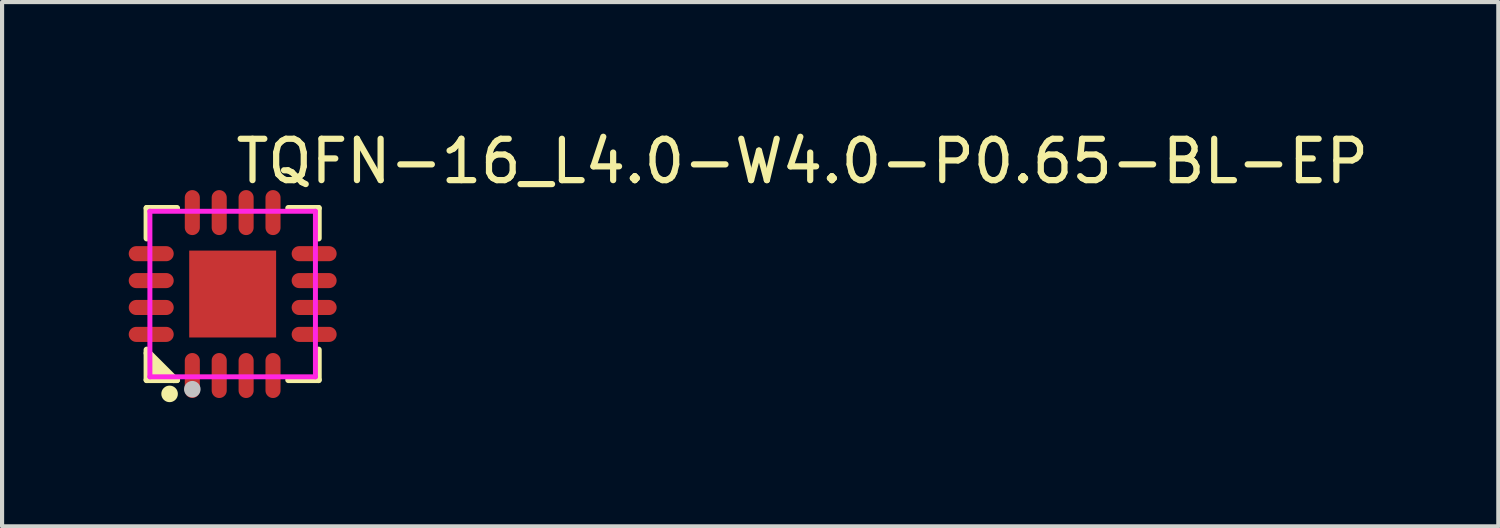
<source format=kicad_pcb>
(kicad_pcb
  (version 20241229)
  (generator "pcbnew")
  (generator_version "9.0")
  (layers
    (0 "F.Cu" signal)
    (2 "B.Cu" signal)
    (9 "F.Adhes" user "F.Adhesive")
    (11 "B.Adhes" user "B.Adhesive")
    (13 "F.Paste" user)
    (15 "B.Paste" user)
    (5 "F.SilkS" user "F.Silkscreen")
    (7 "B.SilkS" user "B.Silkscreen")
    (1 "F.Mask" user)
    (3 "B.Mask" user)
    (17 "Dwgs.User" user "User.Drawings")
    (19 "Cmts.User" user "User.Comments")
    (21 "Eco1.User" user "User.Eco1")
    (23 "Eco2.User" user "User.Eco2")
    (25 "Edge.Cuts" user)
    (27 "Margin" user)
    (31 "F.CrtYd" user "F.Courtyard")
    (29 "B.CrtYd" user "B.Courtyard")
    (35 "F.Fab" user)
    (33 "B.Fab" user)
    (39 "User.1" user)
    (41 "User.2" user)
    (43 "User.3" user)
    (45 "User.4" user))
  (footprint "TQFN-16_L4.0-W4.0-P0.65-BL-EP"
    (layer "F.Cu")
    (at 2.572 4.055)
    (property "Reference" "TQFN-16_L4.0-W4.0-P0.65-BL-EP" (at 0 -3.207 0) (layer "F.SilkS") (effects (font (size 1 1) (thickness 0.15)) (justify left)))
    (attr through_hole)
    (fp_line (start -2.076 -2.076) (end -1.347 -2.076) (stroke (width 0.152) (type solid)) (layer "F.SilkS"))
    (fp_line (start -2.076 -1.347) (end -2.076 -2.076) (stroke (width 0.152) (type solid)) (layer "F.SilkS"))
    (fp_line (start -2.076 1.347) (end -2.076 2.076) (stroke (width 0.152) (type solid)) (layer "F.SilkS"))
    (fp_line (start -2.076 2.076) (end -1.347 2.076) (stroke (width 0.152) (type solid)) (layer "F.SilkS"))
    (fp_line (start -1.429 2.076) (end -2.076 1.429) (stroke (width 0.152) (type solid)) (layer "F.SilkS"))
    (fp_line (start -1.347 2.076) (end -1.429 2.076) (stroke (width 0.152) (type solid)) (layer "F.SilkS"))
    (fp_line (start 2.076 -2.076) (end 1.347 -2.076) (stroke (width 0.152) (type solid)) (layer "F.SilkS"))
    (fp_line (start 2.076 -1.347) (end 2.076 -2.076) (stroke (width 0.152) (type solid)) (layer "F.SilkS"))
    (fp_line (start 2.076 1.347) (end 2.076 2.076) (stroke (width 0.152) (type solid)) (layer "F.SilkS"))
    (fp_line (start 2.076 2.076) (end 1.347 2.076) (stroke (width 0.152) (type solid)) (layer "F.SilkS"))
    (fp_circle (center -1.524 2.413) (end -1.424 2.413) (stroke (width 0.2) (type solid)) (fill no) (layer "F.SilkS"))
    (fp_poly (pts (xy -1.347 2.076) (xy -2.076 1.347) (xy -2.076 2.076)) (stroke (width 0.12) (type solid)) (fill yes) (layer "F.SilkS"))
    (fp_poly (pts (xy -0.84 0.84) (xy -0.84 -0.84) (xy 0.84 -0.84) (xy 0.84 0.84)) (stroke (width 0.12) (type solid)) (fill yes) (layer "F.Paste"))
    (fp_poly (pts (xy -2.33 -0.793) (xy -2.366 -0.797) (xy -2.4 -0.807) (xy -2.431 -0.824) (xy -2.459 -0.846) (xy -2.481 -0.874) (xy -2.498 -0.905) (xy -2.509 -0.94) (xy -2.512 -0.975) (xy -2.509 -1.011) (xy -2.498 -1.045) (xy -2.481 -1.076) (xy -2.459 -1.104) (xy -2.431 -1.126) (xy -2.4 -1.143) (xy -2.366 -1.154) (xy -2.33 -1.157) (xy -1.607 -1.157) (xy -1.571 -1.154) (xy -1.537 -1.143) (xy -1.506 -1.126) (xy -1.478 -1.104) (xy -1.456 -1.076) (xy -1.439 -1.045) (xy -1.428 -1.011) (xy -1.425 -0.975) (xy -1.428 -0.94) (xy -1.439 -0.905) (xy -1.456 -0.874) (xy -1.478 -0.846) (xy -1.506 -0.824) (xy -1.537 -0.807) (xy -1.571 -0.797) (xy -1.607 -0.793)) (stroke (width 0.12) (type solid)) (fill yes) (layer "F.Paste"))
    (fp_poly (pts (xy -2.33 -0.143) (xy -2.366 -0.146) (xy -2.4 -0.157) (xy -2.431 -0.174) (xy -2.459 -0.196) (xy -2.481 -0.224) (xy -2.498 -0.255) (xy -2.509 -0.289) (xy -2.512 -0.325) (xy -2.509 -0.36) (xy -2.498 -0.395) (xy -2.481 -0.426) (xy -2.459 -0.454) (xy -2.431 -0.476) (xy -2.4 -0.493) (xy -2.366 -0.503) (xy -2.33 -0.507) (xy -1.607 -0.507) (xy -1.571 -0.503) (xy -1.537 -0.493) (xy -1.506 -0.476) (xy -1.478 -0.454) (xy -1.456 -0.426) (xy -1.439 -0.395) (xy -1.428 -0.36) (xy -1.425 -0.325) (xy -1.428 -0.289) (xy -1.439 -0.255) (xy -1.456 -0.224) (xy -1.478 -0.196) (xy -1.506 -0.174) (xy -1.537 -0.157) (xy -1.571 -0.146) (xy -1.607 -0.143)) (stroke (width 0.12) (type solid)) (fill yes) (layer "F.Paste"))
    (fp_poly (pts (xy -2.33 0.507) (xy -2.366 0.504) (xy -2.4 0.493) (xy -2.431 0.476) (xy -2.459 0.454) (xy -2.481 0.426) (xy -2.498 0.395) (xy -2.509 0.361) (xy -2.512 0.325) (xy -2.509 0.29) (xy -2.498 0.255) (xy -2.481 0.224) (xy -2.459 0.196) (xy -2.431 0.174) (xy -2.4 0.157) (xy -2.366 0.147) (xy -2.33 0.143) (xy -1.607 0.143) (xy -1.571 0.147) (xy -1.537 0.157) (xy -1.506 0.174) (xy -1.478 0.196) (xy -1.456 0.224) (xy -1.439 0.255) (xy -1.428 0.29) (xy -1.425 0.325) (xy -1.428 0.361) (xy -1.439 0.395) (xy -1.456 0.426) (xy -1.478 0.454) (xy -1.506 0.476) (xy -1.537 0.493) (xy -1.571 0.504) (xy -1.607 0.507)) (stroke (width 0.12) (type solid)) (fill yes) (layer "F.Paste"))
    (fp_poly (pts (xy -2.33 1.157) (xy -2.366 1.154) (xy -2.4 1.143) (xy -2.431 1.126) (xy -2.459 1.104) (xy -2.481 1.076) (xy -2.498 1.045) (xy -2.509 1.011) (xy -2.512 0.975) (xy -2.509 0.94) (xy -2.498 0.905) (xy -2.481 0.874) (xy -2.459 0.846) (xy -2.431 0.824) (xy -2.4 0.807) (xy -2.366 0.797) (xy -2.33 0.793) (xy -1.607 0.793) (xy -1.571 0.797) (xy -1.537 0.807) (xy -1.506 0.824) (xy -1.478 0.846) (xy -1.456 0.874) (xy -1.439 0.905) (xy -1.428 0.94) (xy -1.425 0.975) (xy -1.428 1.011) (xy -1.439 1.045) (xy -1.456 1.076) (xy -1.478 1.104) (xy -1.506 1.126) (xy -1.537 1.143) (xy -1.571 1.154) (xy -1.607 1.157)) (stroke (width 0.12) (type solid)) (fill yes) (layer "F.Paste"))
    (fp_poly (pts (xy -1.157 -2.33) (xy -1.154 -2.366) (xy -1.143 -2.4) (xy -1.126 -2.431) (xy -1.104 -2.459) (xy -1.076 -2.481) (xy -1.045 -2.498) (xy -1.011 -2.509) (xy -0.975 -2.512) (xy -0.94 -2.509) (xy -0.905 -2.498) (xy -0.874 -2.481) (xy -0.846 -2.459) (xy -0.824 -2.431) (xy -0.807 -2.4) (xy -0.797 -2.366) (xy -0.793 -2.33) (xy -0.793 -1.607) (xy -0.797 -1.571) (xy -0.807 -1.537) (xy -0.824 -1.506) (xy -0.846 -1.478) (xy -0.874 -1.456) (xy -0.905 -1.439) (xy -0.94 -1.428) (xy -0.975 -1.425) (xy -1.011 -1.428) (xy -1.045 -1.439) (xy -1.076 -1.456) (xy -1.104 -1.478) (xy -1.126 -1.506) (xy -1.143 -1.537) (xy -1.154 -1.571) (xy -1.157 -1.607)) (stroke (width 0.12) (type solid)) (fill yes) (layer "F.Paste"))
    (fp_poly (pts (xy -1.157 1.607) (xy -1.154 1.571) (xy -1.143 1.537) (xy -1.126 1.506) (xy -1.104 1.478) (xy -1.076 1.456) (xy -1.045 1.439) (xy -1.011 1.428) (xy -0.975 1.425) (xy -0.94 1.428) (xy -0.905 1.439) (xy -0.874 1.456) (xy -0.846 1.478) (xy -0.824 1.506) (xy -0.807 1.537) (xy -0.797 1.571) (xy -0.793 1.607) (xy -0.793 2.33) (xy -0.797 2.366) (xy -0.807 2.4) (xy -0.824 2.431) (xy -0.846 2.459) (xy -0.874 2.481) (xy -0.905 2.498) (xy -0.94 2.509) (xy -0.975 2.512) (xy -1.011 2.509) (xy -1.045 2.498) (xy -1.076 2.481) (xy -1.104 2.459) (xy -1.126 2.431) (xy -1.143 2.4) (xy -1.154 2.366) (xy -1.157 2.33)) (stroke (width 0.12) (type solid)) (fill yes) (layer "F.Paste"))
    (fp_poly (pts (xy -0.507 -2.33) (xy -0.503 -2.366) (xy -0.493 -2.4) (xy -0.476 -2.431) (xy -0.454 -2.459) (xy -0.426 -2.481) (xy -0.395 -2.498) (xy -0.36 -2.509) (xy -0.325 -2.512) (xy -0.289 -2.509) (xy -0.255 -2.498) (xy -0.224 -2.481) (xy -0.196 -2.459) (xy -0.174 -2.431) (xy -0.157 -2.4) (xy -0.146 -2.366) (xy -0.143 -2.33) (xy -0.143 -1.607) (xy -0.146 -1.571) (xy -0.157 -1.537) (xy -0.174 -1.506) (xy -0.196 -1.478) (xy -0.224 -1.456) (xy -0.255 -1.439) (xy -0.289 -1.428) (xy -0.325 -1.425) (xy -0.36 -1.428) (xy -0.395 -1.439) (xy -0.426 -1.456) (xy -0.454 -1.478) (xy -0.476 -1.506) (xy -0.493 -1.537) (xy -0.503 -1.571) (xy -0.507 -1.607)) (stroke (width 0.12) (type solid)) (fill yes) (layer "F.Paste"))
    (fp_poly (pts (xy -0.507 1.607) (xy -0.503 1.571) (xy -0.493 1.537) (xy -0.476 1.506) (xy -0.454 1.478) (xy -0.426 1.456) (xy -0.395 1.439) (xy -0.36 1.428) (xy -0.325 1.425) (xy -0.289 1.428) (xy -0.255 1.439) (xy -0.224 1.456) (xy -0.196 1.478) (xy -0.174 1.506) (xy -0.157 1.537) (xy -0.146 1.571) (xy -0.143 1.607) (xy -0.143 2.33) (xy -0.146 2.366) (xy -0.157 2.4) (xy -0.174 2.431) (xy -0.196 2.459) (xy -0.224 2.481) (xy -0.255 2.498) (xy -0.289 2.509) (xy -0.325 2.512) (xy -0.36 2.509) (xy -0.395 2.498) (xy -0.426 2.481) (xy -0.454 2.459) (xy -0.476 2.431) (xy -0.493 2.4) (xy -0.503 2.366) (xy -0.507 2.33)) (stroke (width 0.12) (type solid)) (fill yes) (layer "F.Paste"))
    (fp_poly (pts (xy 0.143 -2.33) (xy 0.147 -2.366) (xy 0.157 -2.4) (xy 0.174 -2.431) (xy 0.196 -2.459) (xy 0.224 -2.481) (xy 0.255 -2.498) (xy 0.29 -2.509) (xy 0.325 -2.512) (xy 0.361 -2.509) (xy 0.395 -2.498) (xy 0.426 -2.481) (xy 0.454 -2.459) (xy 0.476 -2.431) (xy 0.493 -2.4) (xy 0.504 -2.366) (xy 0.507 -2.33) (xy 0.507 -1.607) (xy 0.504 -1.571) (xy 0.493 -1.537) (xy 0.476 -1.506) (xy 0.454 -1.478) (xy 0.426 -1.456) (xy 0.395 -1.439) (xy 0.361 -1.428) (xy 0.325 -1.425) (xy 0.29 -1.428) (xy 0.255 -1.439) (xy 0.224 -1.456) (xy 0.196 -1.478) (xy 0.174 -1.506) (xy 0.157 -1.537) (xy 0.147 -1.571) (xy 0.143 -1.607)) (stroke (width 0.12) (type solid)) (fill yes) (layer "F.Paste"))
    (fp_poly (pts (xy 0.143 1.607) (xy 0.147 1.571) (xy 0.157 1.537) (xy 0.174 1.506) (xy 0.196 1.478) (xy 0.224 1.456) (xy 0.255 1.439) (xy 0.29 1.428) (xy 0.325 1.425) (xy 0.361 1.428) (xy 0.395 1.439) (xy 0.426 1.456) (xy 0.454 1.478) (xy 0.476 1.506) (xy 0.493 1.537) (xy 0.504 1.571) (xy 0.507 1.607) (xy 0.507 2.33) (xy 0.504 2.366) (xy 0.493 2.4) (xy 0.476 2.431) (xy 0.454 2.459) (xy 0.426 2.481) (xy 0.395 2.498) (xy 0.361 2.509) (xy 0.325 2.512) (xy 0.29 2.509) (xy 0.255 2.498) (xy 0.224 2.481) (xy 0.196 2.459) (xy 0.174 2.431) (xy 0.157 2.4) (xy 0.147 2.366) (xy 0.143 2.33)) (stroke (width 0.12) (type solid)) (fill yes) (layer "F.Paste"))
    (fp_poly (pts (xy 0.793 -2.33) (xy 0.797 -2.366) (xy 0.807 -2.4) (xy 0.824 -2.431) (xy 0.846 -2.459) (xy 0.874 -2.481) (xy 0.905 -2.498) (xy 0.94 -2.509) (xy 0.975 -2.512) (xy 1.011 -2.509) (xy 1.045 -2.498) (xy 1.076 -2.481) (xy 1.104 -2.459) (xy 1.126 -2.431) (xy 1.143 -2.4) (xy 1.154 -2.366) (xy 1.157 -2.33) (xy 1.157 -1.607) (xy 1.154 -1.571) (xy 1.143 -1.537) (xy 1.126 -1.506) (xy 1.104 -1.478) (xy 1.076 -1.456) (xy 1.045 -1.439) (xy 1.011 -1.428) (xy 0.975 -1.425) (xy 0.94 -1.428) (xy 0.905 -1.439) (xy 0.874 -1.456) (xy 0.846 -1.478) (xy 0.824 -1.506) (xy 0.807 -1.537) (xy 0.797 -1.571) (xy 0.793 -1.607)) (stroke (width 0.12) (type solid)) (fill yes) (layer "F.Paste"))
    (fp_poly (pts (xy 0.793 1.607) (xy 0.797 1.571) (xy 0.807 1.537) (xy 0.824 1.506) (xy 0.846 1.478) (xy 0.874 1.456) (xy 0.905 1.439) (xy 0.94 1.428) (xy 0.975 1.425) (xy 1.011 1.428) (xy 1.045 1.439) (xy 1.076 1.456) (xy 1.104 1.478) (xy 1.126 1.506) (xy 1.143 1.537) (xy 1.154 1.571) (xy 1.157 1.607) (xy 1.157 2.33) (xy 1.154 2.366) (xy 1.143 2.4) (xy 1.126 2.431) (xy 1.104 2.459) (xy 1.076 2.481) (xy 1.045 2.498) (xy 1.011 2.509) (xy 0.975 2.512) (xy 0.94 2.509) (xy 0.905 2.498) (xy 0.874 2.481) (xy 0.846 2.459) (xy 0.824 2.431) (xy 0.807 2.4) (xy 0.797 2.366) (xy 0.793 2.33)) (stroke (width 0.12) (type solid)) (fill yes) (layer "F.Paste"))
    (fp_poly (pts (xy 1.607 -0.793) (xy 1.571 -0.797) (xy 1.537 -0.807) (xy 1.506 -0.824) (xy 1.478 -0.846) (xy 1.456 -0.874) (xy 1.439 -0.905) (xy 1.428 -0.94) (xy 1.425 -0.975) (xy 1.428 -1.011) (xy 1.439 -1.045) (xy 1.456 -1.076) (xy 1.478 -1.104) (xy 1.506 -1.126) (xy 1.537 -1.143) (xy 1.571 -1.154) (xy 1.607 -1.157) (xy 2.33 -1.157) (xy 2.366 -1.154) (xy 2.4 -1.143) (xy 2.431 -1.126) (xy 2.459 -1.104) (xy 2.481 -1.076) (xy 2.498 -1.045) (xy 2.509 -1.011) (xy 2.512 -0.975) (xy 2.509 -0.94) (xy 2.498 -0.905) (xy 2.481 -0.874) (xy 2.459 -0.846) (xy 2.431 -0.824) (xy 2.4 -0.807) (xy 2.366 -0.797) (xy 2.33 -0.793)) (stroke (width 0.12) (type solid)) (fill yes) (layer "F.Paste"))
    (fp_poly (pts (xy 1.607 -0.143) (xy 1.571 -0.146) (xy 1.537 -0.157) (xy 1.506 -0.174) (xy 1.478 -0.196) (xy 1.456 -0.224) (xy 1.439 -0.255) (xy 1.428 -0.289) (xy 1.425 -0.325) (xy 1.428 -0.36) (xy 1.439 -0.395) (xy 1.456 -0.426) (xy 1.478 -0.454) (xy 1.506 -0.476) (xy 1.537 -0.493) (xy 1.571 -0.503) (xy 1.607 -0.507) (xy 2.33 -0.507) (xy 2.366 -0.503) (xy 2.4 -0.493) (xy 2.431 -0.476) (xy 2.459 -0.454) (xy 2.481 -0.426) (xy 2.498 -0.395) (xy 2.509 -0.36) (xy 2.512 -0.325) (xy 2.509 -0.289) (xy 2.498 -0.255) (xy 2.481 -0.224) (xy 2.459 -0.196) (xy 2.431 -0.174) (xy 2.4 -0.157) (xy 2.366 -0.146) (xy 2.33 -0.143)) (stroke (width 0.12) (type solid)) (fill yes) (layer "F.Paste"))
    (fp_poly (pts (xy 1.607 0.507) (xy 1.571 0.504) (xy 1.537 0.493) (xy 1.506 0.476) (xy 1.478 0.454) (xy 1.456 0.426) (xy 1.439 0.395) (xy 1.428 0.361) (xy 1.425 0.325) (xy 1.428 0.29) (xy 1.439 0.255) (xy 1.456 0.224) (xy 1.478 0.196) (xy 1.506 0.174) (xy 1.537 0.157) (xy 1.571 0.147) (xy 1.607 0.143) (xy 2.33 0.143) (xy 2.366 0.147) (xy 2.4 0.157) (xy 2.431 0.174) (xy 2.459 0.196) (xy 2.481 0.224) (xy 2.498 0.255) (xy 2.509 0.29) (xy 2.512 0.325) (xy 2.509 0.361) (xy 2.498 0.395) (xy 2.481 0.426) (xy 2.459 0.454) (xy 2.431 0.476) (xy 2.4 0.493) (xy 2.366 0.504) (xy 2.33 0.507)) (stroke (width 0.12) (type solid)) (fill yes) (layer "F.Paste"))
    (fp_poly (pts (xy 1.607 1.157) (xy 1.571 1.154) (xy 1.537 1.143) (xy 1.506 1.126) (xy 1.478 1.104) (xy 1.456 1.076) (xy 1.439 1.045) (xy 1.428 1.011) (xy 1.425 0.975) (xy 1.428 0.94) (xy 1.439 0.905) (xy 1.456 0.874) (xy 1.478 0.846) (xy 1.506 0.824) (xy 1.537 0.807) (xy 1.571 0.797) (xy 1.607 0.793) (xy 2.33 0.793) (xy 2.366 0.797) (xy 2.4 0.807) (xy 2.431 0.824) (xy 2.459 0.846) (xy 2.481 0.874) (xy 2.498 0.905) (xy 2.509 0.94) (xy 2.512 0.975) (xy 2.509 1.011) (xy 2.498 1.045) (xy 2.481 1.076) (xy 2.459 1.104) (xy 2.431 1.126) (xy 2.4 1.143) (xy 2.366 1.154) (xy 2.33 1.157)) (stroke (width 0.12) (type solid)) (fill yes) (layer "F.Paste"))
    (fp_circle (center -0.975 2.3) (end -0.875 2.3) (stroke (width 0.2) (type solid)) (fill no) (layer "Dwgs.User"))
    (fp_circle (center -2 2) (end -1.97 2) (stroke (width 0.06) (type solid)) (fill no) (layer "Eco2.User"))
    (fp_poly (pts (xy -1.45 -0.825) (xy -1.45 -1.125) (xy -2 -1.125) (xy -2 -0.825)) (stroke (width 0.12) (type solid)) (fill no) (layer "Eco2.User"))
    (fp_poly (pts (xy -1.45 -0.175) (xy -1.45 -0.475) (xy -2 -0.475) (xy -2 -0.175)) (stroke (width 0.12) (type solid)) (fill no) (layer "Eco2.User"))
    (fp_poly (pts (xy -1.45 0.475) (xy -1.45 0.175) (xy -2 0.175) (xy -2 0.475)) (stroke (width 0.12) (type solid)) (fill no) (layer "Eco2.User"))
    (fp_poly (pts (xy -1.45 1.125) (xy -1.45 0.825) (xy -2 0.825) (xy -2 1.125)) (stroke (width 0.12) (type solid)) (fill no) (layer "Eco2.User"))
    (fp_poly (pts (xy -1.125 -2) (xy -1.125 -1.45) (xy -0.825 -1.45) (xy -0.825 -2)) (stroke (width 0.12) (type solid)) (fill no) (layer "Eco2.User"))
    (fp_poly (pts (xy -1.125 2) (xy -1.125 1.45) (xy -0.825 1.45) (xy -0.825 2)) (stroke (width 0.12) (type solid)) (fill no) (layer "Eco2.User"))
    (fp_poly (pts (xy -0.475 -2) (xy -0.475 -1.45) (xy -0.175 -1.45) (xy -0.175 -2)) (stroke (width 0.12) (type solid)) (fill no) (layer "Eco2.User"))
    (fp_poly (pts (xy -0.475 2) (xy -0.475 1.45) (xy -0.175 1.45) (xy -0.175 2)) (stroke (width 0.12) (type solid)) (fill no) (layer "Eco2.User"))
    (fp_poly (pts (xy 0.175 -2) (xy 0.175 -1.45) (xy 0.475 -1.45) (xy 0.475 -2)) (stroke (width 0.12) (type solid)) (fill no) (layer "Eco2.User"))
    (fp_poly (pts (xy 0.175 2) (xy 0.175 1.45) (xy 0.475 1.45) (xy 0.475 2)) (stroke (width 0.12) (type solid)) (fill no) (layer "Eco2.User"))
    (fp_poly (pts (xy 0.825 -2) (xy 0.825 -1.45) (xy 1.125 -1.45) (xy 1.125 -2)) (stroke (width 0.12) (type solid)) (fill no) (layer "Eco2.User"))
    (fp_poly (pts (xy 0.825 2) (xy 0.825 1.45) (xy 1.125 1.45) (xy 1.125 2)) (stroke (width 0.12) (type solid)) (fill no) (layer "Eco2.User"))
    (fp_poly (pts (xy 1.45 -0.825) (xy 1.45 -1.125) (xy 2 -1.125) (xy 2 -0.825)) (stroke (width 0.12) (type solid)) (fill no) (layer "Eco2.User"))
    (fp_poly (pts (xy 1.45 -0.175) (xy 1.45 -0.475) (xy 2 -0.475) (xy 2 -0.175)) (stroke (width 0.12) (type solid)) (fill no) (layer "Eco2.User"))
    (fp_poly (pts (xy 1.45 0.475) (xy 1.45 0.175) (xy 2 0.175) (xy 2 0.475)) (stroke (width 0.12) (type solid)) (fill no) (layer "Eco2.User"))
    (fp_poly (pts (xy 1.45 1.125) (xy 1.45 0.825) (xy 2 0.825) (xy 2 1.125)) (stroke (width 0.12) (type solid)) (fill no) (layer "Eco2.User"))
    (fp_poly (pts (xy -1.05 0.84) (xy -1.05 -1.05) (xy 1.05 -1.05) (xy 1.05 1.05) (xy -0.84 1.05)) (stroke (width 0.12) (type solid)) (fill no) (layer "Eco2.User"))
    (fp_line (start -2 -2) (end 2 -2) (stroke (width 0.12) (type solid)) (layer "F.CrtYd"))
    (fp_line (start -2 2) (end -2 -2) (stroke (width 0.12) (type solid)) (layer "F.CrtYd"))
    (fp_line (start 2 -2) (end 2 2) (stroke (width 0.12) (type solid)) (layer "F.CrtYd"))
    (fp_line (start 2 2) (end -2 2) (stroke (width 0.12) (type solid)) (layer "F.CrtYd"))
    (pad "1" smd oval (at -0.975 1.969) (size 0.364 1.087) (layers "F.Cu" "F.Mask" "F.Paste"))
    (pad "2" smd oval (at -0.325 1.969) (size 0.364 1.087) (layers "F.Cu" "F.Mask" "F.Paste"))
    (pad "3" smd oval (at 0.325 1.969) (size 0.364 1.087) (layers "F.Cu" "F.Mask" "F.Paste"))
    (pad "4" smd oval (at 0.975 1.969) (size 0.364 1.087) (layers "F.Cu" "F.Mask" "F.Paste"))
    (pad "5" smd oval (at 1.969 0.975) (size 1.087 0.364) (layers "F.Cu" "F.Mask" "F.Paste"))
    (pad "6" smd oval (at 1.969 0.325) (size 1.087 0.364) (layers "F.Cu" "F.Mask" "F.Paste"))
    (pad "7" smd oval (at 1.969 -0.325) (size 1.087 0.364) (layers "F.Cu" "F.Mask" "F.Paste"))
    (pad "8" smd oval (at 1.969 -0.975) (size 1.087 0.364) (layers "F.Cu" "F.Mask" "F.Paste"))
    (pad "9" smd oval (at 0.975 -1.968) (size 0.364 1.087) (layers "F.Cu" "F.Mask" "F.Paste"))
    (pad "10" smd oval (at 0.325 -1.968) (size 0.364 1.087) (layers "F.Cu" "F.Mask" "F.Paste"))
    (pad "11" smd oval (at -0.325 -1.968) (size 0.364 1.087) (layers "F.Cu" "F.Mask" "F.Paste"))
    (pad "12" smd oval (at -0.975 -1.968) (size 0.364 1.087) (layers "F.Cu" "F.Mask" "F.Paste"))
    (pad "13" smd oval (at -1.968 -0.975) (size 1.087 0.364) (layers "F.Cu" "F.Mask" "F.Paste"))
    (pad "14" smd oval (at -1.968 -0.325) (size 1.087 0.364) (layers "F.Cu" "F.Mask" "F.Paste"))
    (pad "15" smd oval (at -1.968 0.325) (size 1.087 0.364) (layers "F.Cu" "F.Mask" "F.Paste"))
    (pad "16" smd oval (at -1.968 0.975) (size 1.087 0.364) (layers "F.Cu" "F.Mask" "F.Paste"))
    (pad "17" smd rect (at 0 0) (size 2.1 2.1) (layers "F.Cu" "F.Mask" "F.Paste")))
  (gr_rect
    (start -3 -3)
    (end 33.155 9.668)
    (stroke (width 0.1) (type default))
    (fill no)
    (layer "Edge.Cuts")))
</source>
